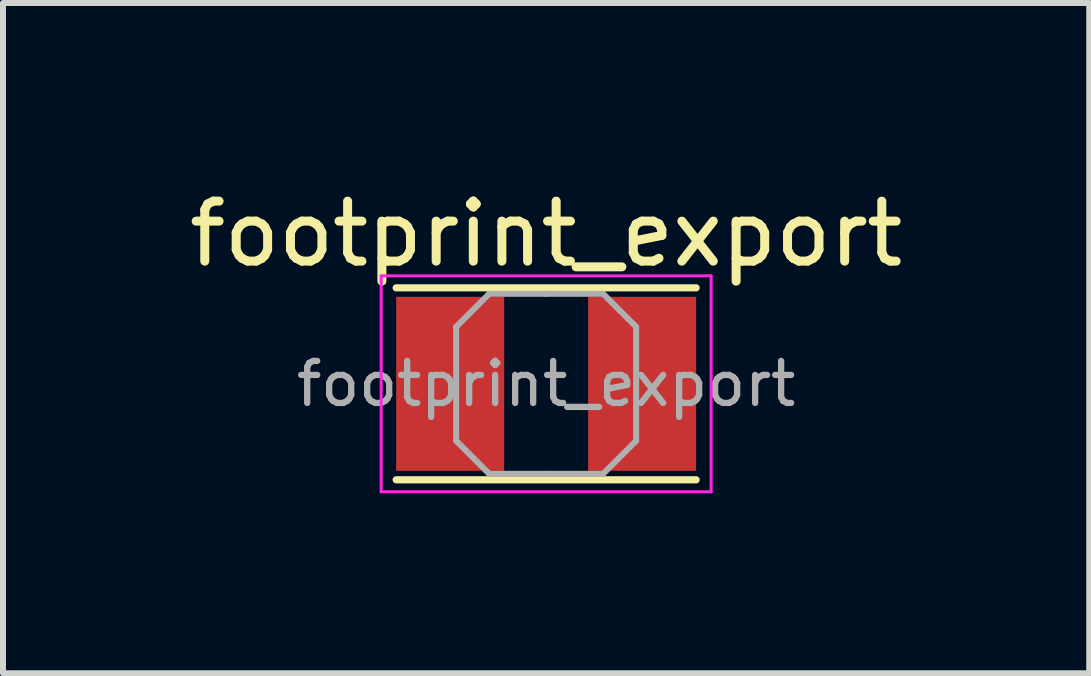
<source format=kicad_pcb>
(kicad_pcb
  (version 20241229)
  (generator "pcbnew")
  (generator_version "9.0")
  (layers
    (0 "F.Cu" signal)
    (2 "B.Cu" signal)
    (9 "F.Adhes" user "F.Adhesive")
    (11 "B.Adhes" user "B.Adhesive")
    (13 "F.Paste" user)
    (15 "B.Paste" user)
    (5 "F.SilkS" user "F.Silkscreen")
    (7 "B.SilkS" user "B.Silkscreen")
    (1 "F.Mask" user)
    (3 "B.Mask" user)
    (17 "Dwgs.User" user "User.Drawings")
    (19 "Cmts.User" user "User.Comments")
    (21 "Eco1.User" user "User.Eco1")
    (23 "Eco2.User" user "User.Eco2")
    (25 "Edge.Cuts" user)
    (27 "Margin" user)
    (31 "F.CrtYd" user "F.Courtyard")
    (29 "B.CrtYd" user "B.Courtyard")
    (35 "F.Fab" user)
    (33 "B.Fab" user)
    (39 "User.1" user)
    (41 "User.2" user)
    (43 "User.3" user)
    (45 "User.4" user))
  (footprint "footprint_export"
    (layer "F.Cu")
    (at 6.054 3.348)
    (property "Reference" "footprint_export" (at 0 -2.5 0) (layer "F.SilkS") (effects (font (size 1 1) (thickness 0.15))))
    (attr smd)
    (fp_line (start -2.5 -1.6) (end 2.5 -1.6) (stroke (width 0.12) (type solid)) (layer "F.SilkS"))
    (fp_line (start -2.5 1.6) (end 2.5 1.6) (stroke (width 0.12) (type solid)) (layer "F.SilkS"))
    (fp_line (start -2.75 -1.8) (end -2.75 1.8) (stroke (width 0.05) (type solid)) (layer "F.CrtYd"))
    (fp_line (start -2.75 1.8) (end 2.75 1.8) (stroke (width 0.05) (type solid)) (layer "F.CrtYd"))
    (fp_line (start 2.75 -1.8) (end -2.75 -1.8) (stroke (width 0.05) (type solid)) (layer "F.CrtYd"))
    (fp_line (start 2.75 1.8) (end 2.75 -1.8) (stroke (width 0.05) (type solid)) (layer "F.CrtYd"))
    (fp_line (start -1.5 -0.95) (end -0.95 -1.5) (stroke (width 0.1) (type solid)) (layer "F.Fab"))
    (fp_line (start -1.5 0) (end -1.5 -0.95) (stroke (width 0.1) (type solid)) (layer "F.Fab"))
    (fp_line (start -1.5 0) (end -1.5 0.95) (stroke (width 0.1) (type solid)) (layer "F.Fab"))
    (fp_line (start -1.5 0.95) (end -0.95 1.5) (stroke (width 0.1) (type solid)) (layer "F.Fab"))
    (fp_line (start -0.95 -1.5) (end 0 -1.5) (stroke (width 0.1) (type solid)) (layer "F.Fab"))
    (fp_line (start -0.95 1.5) (end 0 1.5) (stroke (width 0.1) (type solid)) (layer "F.Fab"))
    (fp_line (start 0.95 -1.5) (end 0 -1.5) (stroke (width 0.1) (type solid)) (layer "F.Fab"))
    (fp_line (start 0.95 1.5) (end 0 1.5) (stroke (width 0.1) (type solid)) (layer "F.Fab"))
    (fp_line (start 1.5 -0.95) (end 0.95 -1.5) (stroke (width 0.1) (type solid)) (layer "F.Fab"))
    (fp_line (start 1.5 0) (end 1.5 -0.95) (stroke (width 0.1) (type solid)) (layer "F.Fab"))
    (fp_line (start 1.5 0) (end 1.5 0.95) (stroke (width 0.1) (type solid)) (layer "F.Fab"))
    (fp_line (start 1.5 0.95) (end 0.95 1.5) (stroke (width 0.1) (type solid)) (layer "F.Fab"))
    (fp_text user "${REFERENCE}" (at 0 0 0) (layer "F.Fab") (effects (font (size 0.7 0.7) (thickness 0.105))))
    (pad "1" smd rect (at -1.6 0) (size 1.8 2.9) (layers "F.Cu" "F.Mask" "F.Paste"))
    (pad "2" smd rect (at 1.6 0) (size 1.8 2.9) (layers "F.Cu" "F.Mask" "F.Paste")))
  (gr_rect
    (start -3 -3)
    (end 15.107 8.173)
    (stroke (width 0.1) (type default))
    (fill no)
    (layer "Edge.Cuts")))
</source>
